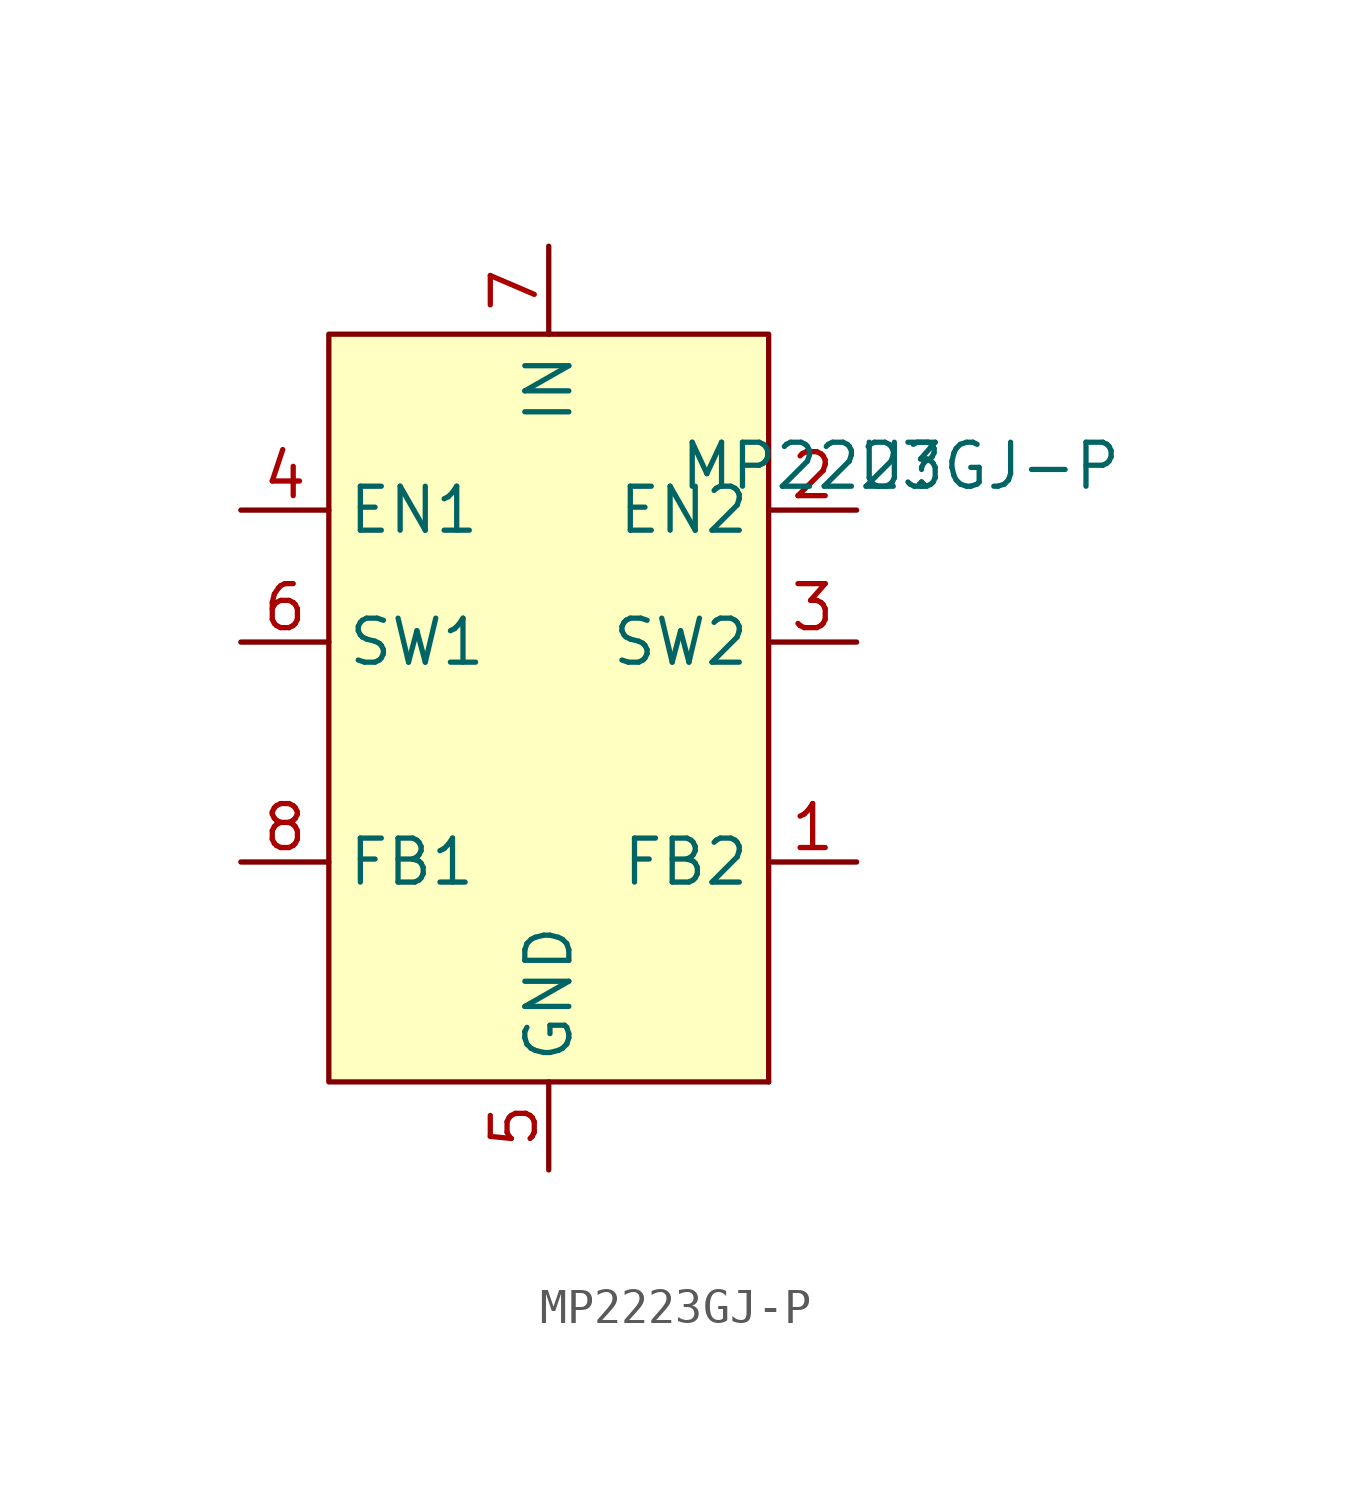
<source format=kicad_sym>
(kicad_symbol_lib
  (version 20220914)
  (generator kicad_symbol_editor)
  (symbol "MP2223GJ-P"
    (property "Reference" "U"
      (at 0 0 0)
      (effects (font (size 1.27 1.27))))
    (property "Value" "MP2223GJ-P"
      (at 0 0 0)
      (effects (font (size 1.27 1.27))))
    (symbol "MP2223GJ-P_0_1"
      (rectangle (start -3.81 -17.78) (end -3.81 -17.78) (stroke (width 0) (type default)) (fill (type none))))
    (symbol "MP2223GJ-P_1_1"
      (rectangle (start -16.51 3.81) (end -3.81 -17.78) (stroke (width 0) (type default)) (fill (type background)))
      (pin input line (at -1.27 -11.43 180) (length 2.54) (name "FB2" (effects (font (size 1.27 1.27)))) (number "1" (effects (font (size 1.27 1.27)))))
      (pin input line (at -1.27 -1.27 180) (length 2.54) (name "EN2" (effects (font (size 1.27 1.27)))) (number "2" (effects (font (size 1.27 1.27)))))
      (pin input line (at -1.27 -5.08 180) (length 2.54) (name "SW2" (effects (font (size 1.27 1.27)))) (number "3" (effects (font (size 1.27 1.27)))))
      (pin input line (at -19.05 -1.27 0) (length 2.54) (name "EN1" (effects (font (size 1.27 1.27)))) (number "4" (effects (font (size 1.27 1.27)))))
      (pin input line (at -10.16 -20.32 90) (length 2.54) (name "GND" (effects (font (size 1.27 1.27)))) (number "5" (effects (font (size 1.27 1.27)))))
      (pin input line (at -19.05 -5.08 0) (length 2.54) (name "SW1" (effects (font (size 1.27 1.27)))) (number "6" (effects (font (size 1.27 1.27)))))
      (pin input line (at -10.16 6.35 270) (length 2.54) (name "IN" (effects (font (size 1.27 1.27)))) (number "7" (effects (font (size 1.27 1.27)))))
      (pin input line (at -19.05 -11.43 0) (length 2.54) (name "FB1" (effects (font (size 1.27 1.27)))) (number "8" (effects (font (size 1.27 1.27))))))))
</source>
